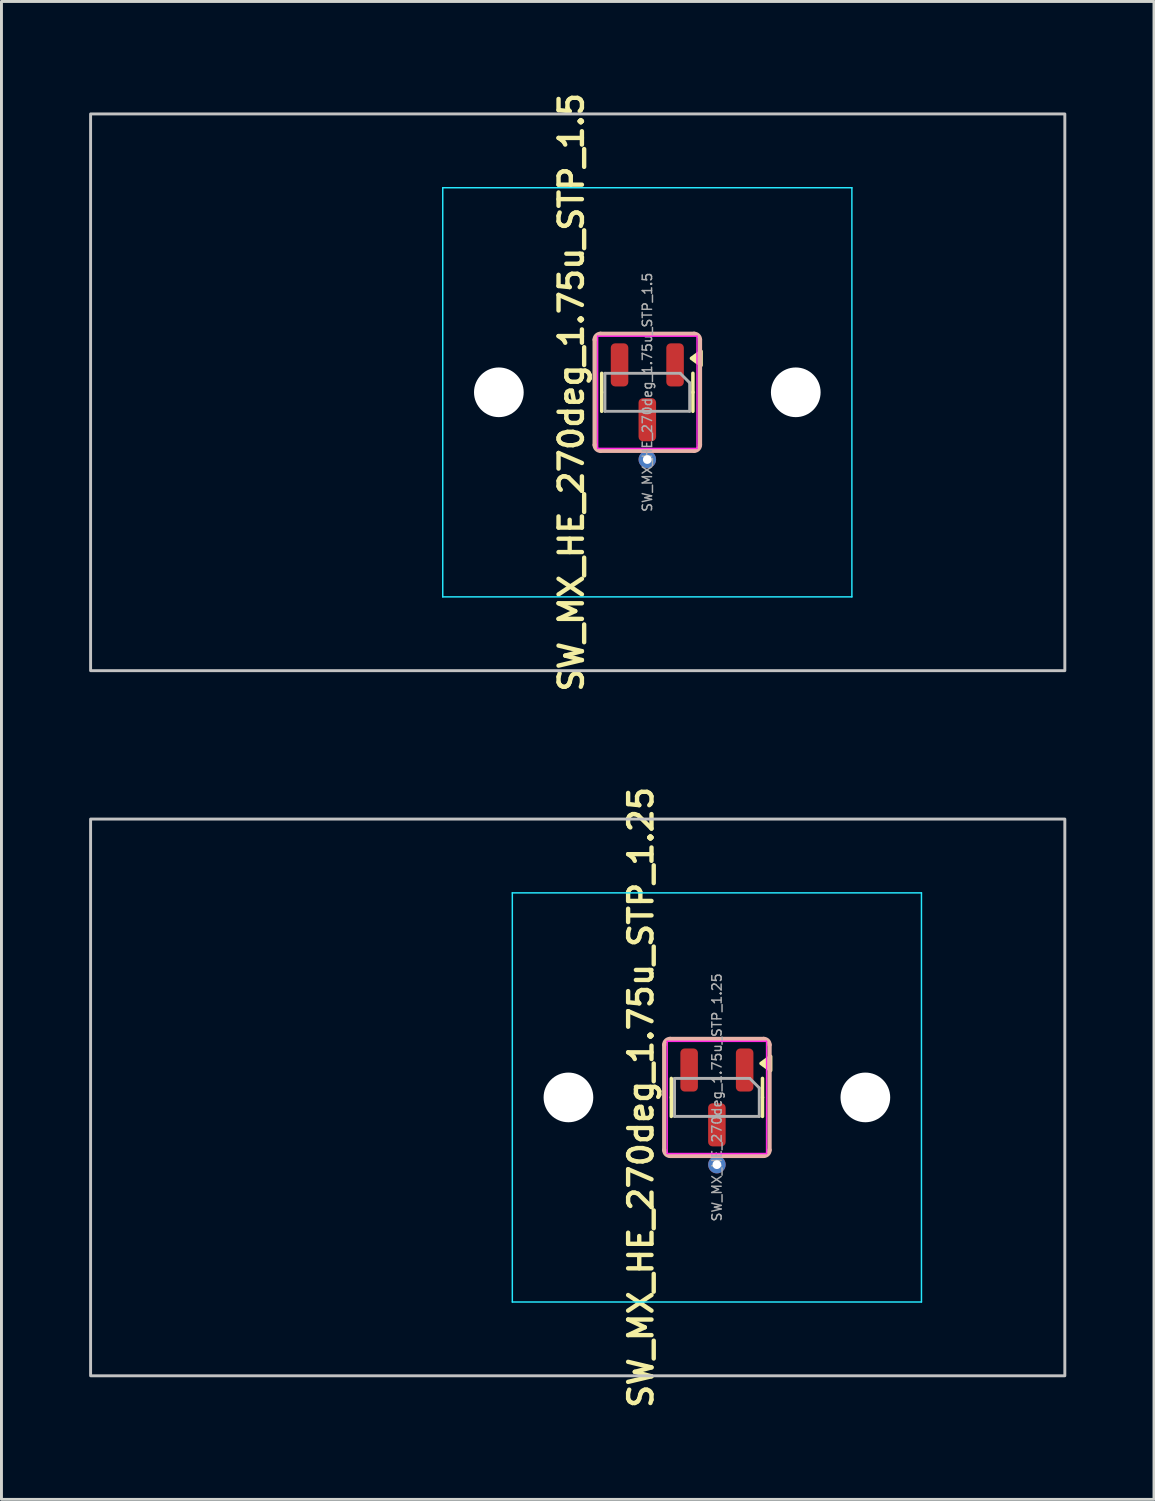
<source format=kicad_pcb>
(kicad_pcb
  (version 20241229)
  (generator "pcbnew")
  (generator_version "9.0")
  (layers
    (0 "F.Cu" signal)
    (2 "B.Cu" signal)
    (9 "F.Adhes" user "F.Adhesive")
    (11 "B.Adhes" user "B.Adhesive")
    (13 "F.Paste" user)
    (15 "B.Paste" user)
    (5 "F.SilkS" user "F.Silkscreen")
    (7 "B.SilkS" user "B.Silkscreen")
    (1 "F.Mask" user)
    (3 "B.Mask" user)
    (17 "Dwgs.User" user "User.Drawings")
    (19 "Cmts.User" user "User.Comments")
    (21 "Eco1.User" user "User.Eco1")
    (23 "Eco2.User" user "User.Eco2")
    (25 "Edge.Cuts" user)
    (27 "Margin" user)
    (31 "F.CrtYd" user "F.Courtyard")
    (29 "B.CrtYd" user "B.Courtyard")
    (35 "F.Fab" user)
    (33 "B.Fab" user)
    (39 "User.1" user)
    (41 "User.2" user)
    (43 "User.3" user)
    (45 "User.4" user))
  (footprint "SW_MX_HE_270deg_1.75u_STP_1.25"
    (layer "F.Cu")
    (at 21.481 34.502)
    (property "Reference" "SW_MX_HE_270deg_1.75u_STP_1.25" (at -2.6 0 90) (layer "F.SilkS") (effects (font (size 0.8 0.8) (thickness 0.15))))
    (attr smd)
    (fp_line (start -1.56 0) (end -1.56 -0.65) (stroke (width 0.12) (type solid)) (layer "F.SilkS"))
    (fp_line (start -1.56 0) (end -1.56 0.65) (stroke (width 0.12) (type solid)) (layer "F.SilkS"))
    (fp_line (start 1.56 0) (end 1.56 -0.65) (stroke (width 0.12) (type solid)) (layer "F.SilkS"))
    (fp_line (start 1.56 0) (end 1.56 0.65) (stroke (width 0.12) (type solid)) (layer "F.SilkS"))
    (fp_poly (pts (xy 1.51 -1.163) (xy 1.84 -1.403) (xy 1.84 -0.922) (xy 1.51 -1.163)) (stroke (width 0.12) (type solid)) (fill yes) (layer "F.SilkS"))
    (fp_line (start -1.8 -1.8) (end -1.8 1.8) (stroke (width 0.15) (type default)) (layer "B.SilkS"))
    (fp_line (start -1.6 2) (end 1.6 2) (stroke (width 0.15) (type default)) (layer "B.SilkS"))
    (fp_line (start 1.6 -2) (end -1.6 -2) (stroke (width 0.15) (type default)) (layer "B.SilkS"))
    (fp_line (start 1.8 1.8) (end 1.8 -1.8) (stroke (width 0.15) (type default)) (layer "B.SilkS"))
    (fp_arc (start -1.8 -1.8) (mid -1.741421 -1.941421) (end -1.6 -2) (stroke (width 0.15) (type default)) (layer "B.SilkS"))
    (fp_arc (start -1.6 2) (mid -1.741421 1.941421) (end -1.8 1.8) (stroke (width 0.15) (type default)) (layer "B.SilkS"))
    (fp_arc (start 1.6 -2) (mid 1.741421 -1.941421) (end 1.8 -1.8) (stroke (width 0.15) (type default)) (layer "B.SilkS"))
    (fp_arc (start 1.8 1.8) (mid 1.741421 1.941421) (end 1.6 2) (stroke (width 0.15) (type default)) (layer "B.SilkS"))
    (fp_rect (start -21.431 -9.525) (end 11.906 9.525) (stroke (width 0.1) (type default)) (fill no) (layer "Dwgs.User"))
    (fp_line (start -7 6.5) (end -7 -6.5) (stroke (width 0.05) (type solid)) (layer "Eco2.User"))
    (fp_line (start -6.5 -7) (end 6.5 -7) (stroke (width 0.05) (type solid)) (layer "Eco2.User"))
    (fp_line (start 6.5 7) (end -6.5 7) (stroke (width 0.05) (type solid)) (layer "Eco2.User"))
    (fp_line (start 7 -6.5) (end 7 6.5) (stroke (width 0.05) (type solid)) (layer "Eco2.User"))
    (fp_arc (start -7 -6.5) (mid -6.853553 -6.853553) (end -6.5 -7) (stroke (width 0.05) (type solid)) (layer "Eco2.User"))
    (fp_arc (start -6.5 7) (mid -6.853553 6.853553) (end -7 6.5) (stroke (width 0.05) (type solid)) (layer "Eco2.User"))
    (fp_arc (start 6.5 -7) (mid 6.853553 -6.853553) (end 7 -6.5) (stroke (width 0.05) (type solid)) (layer "Eco2.User"))
    (fp_arc (start 6.997236 6.498884) (mid 6.850789 6.852437) (end 6.497236 6.998884) (stroke (width 0.05) (type solid)) (layer "Eco2.User"))
    (fp_line (start -7 -7) (end -7 7) (stroke (width 0.05) (type solid)) (layer "B.CrtYd"))
    (fp_line (start -7 7) (end 7 7) (stroke (width 0.05) (type solid)) (layer "B.CrtYd"))
    (fp_line (start 7 -7) (end -7 -7) (stroke (width 0.05) (type solid)) (layer "B.CrtYd"))
    (fp_line (start 7 7) (end 7 -7) (stroke (width 0.05) (type solid)) (layer "B.CrtYd"))
    (fp_line (start -1.7 -1.92) (end -1.7 1.92) (stroke (width 0.05) (type solid)) (layer "F.CrtYd"))
    (fp_line (start -1.7 1.92) (end 1.7 1.92) (stroke (width 0.05) (type solid)) (layer "F.CrtYd"))
    (fp_line (start 1.7 -1.92) (end -1.7 -1.92) (stroke (width 0.05) (type solid)) (layer "F.CrtYd"))
    (fp_line (start 1.7 1.92) (end 1.7 -1.92) (stroke (width 0.05) (type solid)) (layer "F.CrtYd"))
    (fp_line (start -1.45 -0.65) (end 1.125 -0.65) (stroke (width 0.1) (type solid)) (layer "F.Fab"))
    (fp_line (start -1.45 0.65) (end -1.45 -0.65) (stroke (width 0.1) (type solid)) (layer "F.Fab"))
    (fp_line (start 1.125 -0.65) (end 1.45 -0.325) (stroke (width 0.1) (type solid)) (layer "F.Fab"))
    (fp_line (start 1.45 -0.325) (end 1.45 0.65) (stroke (width 0.1) (type solid)) (layer "F.Fab"))
    (fp_line (start 1.45 0.65) (end -1.45 0.65) (stroke (width 0.1) (type solid)) (layer "F.Fab"))
    (fp_text user "${REFERENCE}" (at 0 0 270) (layer "F.Fab") (effects (font (size 0.32 0.32) (thickness 0.05))))
    (pad "" np_thru_hole circle (at -5.08 0) (size 1.7 1.7) (drill 1.7) (layers "*.Cu" "*.Mask"))
    (pad "" np_thru_hole circle (at 5.08 0) (size 1.7 1.7) (drill 1.7) (layers "*.Cu" "*.Mask"))
    (pad "1" smd roundrect (at 0.95 -0.938 270) (size 1.475 0.6) (layers "F.Cu" "F.Mask" "F.Paste") (roundrect_rratio 0.25))
    (pad "2" smd roundrect (at -0.95 -0.938 270) (size 1.475 0.6) (layers "F.Cu" "F.Mask" "F.Paste") (roundrect_rratio 0.25))
    (pad "3" smd roundrect (at 0 0.938 270) (size 1.475 0.6) (layers "F.Cu" "F.Mask" "F.Paste") (roundrect_rratio 0.25))
    (pad "3" thru_hole circle (at 0 2.3 270) (size 0.6 0.6) (drill 0.3) (layers "*.Cu"))
    (zone (net_name "") (layer "F.Cu") (name "HE keepout_bot") (hatch edge 0.5) (connect_pads) (min_thickness 0.25) (filled_areas_thickness no) (keepout (tracks allowed) (vias allowed) (pads allowed) (copperpour not_allowed) (footprints allowed)) (placement (enabled no)) (fill) (polygon (pts (arc (start 23.08125 36.501675) (mid 23.222671 36.443096) (end 23.28125 36.301675)) (arc (start 23.28125 32.701675) (mid 23.222671 32.560254) (end 23.08125 32.501675)) (arc (start 19.88125 32.501675) (mid 19.739829 32.560254) (end 19.68125 32.701675)) (arc (start 19.68125 36.301675) (mid 19.739829 36.443096) (end 19.88125 36.501675)) (arc (start 20.98125 36.501675) (mid 21.122671 36.443096) (end 21.18125 36.301675)) (arc (start 21.18125 34.901675) (mid 21.239829 34.760254) (end 21.38125 34.701675)) (arc (start 21.58125 34.701675) (mid 21.722671 34.760254) (end 21.78125 34.901675)) (arc (start 21.78125 36.301675) (mid 21.839829 36.443096) (end 21.98125 36.501675)))))
    (zone (net_name "") (layer "In1.Cu") (name "HE keepout_top") (hatch edge 0.5) (connect_pads) (min_thickness 0.25) (filled_areas_thickness no) (keepout (tracks allowed) (vias allowed) (pads allowed) (copperpour not_allowed) (footprints allowed)) (placement (enabled no)) (fill) (polygon (pts (arc (start 23.08125 36.501675) (mid 23.222671 36.443096) (end 23.28125 36.301675)) (arc (start 23.28125 32.701675) (mid 23.222671 32.560254) (end 23.08125 32.501675)) (arc (start 19.88125 32.501675) (mid 19.739829 32.560254) (end 19.68125 32.701675)) (arc (start 19.68125 36.301675) (mid 19.739829 36.443096) (end 19.88125 36.501675))))))
  (footprint "SW_MX_HE_270deg_1.75u_STP_1.5"
    (layer "F.Cu")
    (at 19.1 10.374)
    (property "Reference" "SW_MX_HE_270deg_1.75u_STP_1.5" (at -2.6 0 90) (layer "F.SilkS") (effects (font (size 0.8 0.8) (thickness 0.15))))
    (attr smd)
    (fp_line (start -1.56 0) (end -1.56 -0.65) (stroke (width 0.12) (type solid)) (layer "F.SilkS"))
    (fp_line (start -1.56 0) (end -1.56 0.65) (stroke (width 0.12) (type solid)) (layer "F.SilkS"))
    (fp_line (start 1.56 0) (end 1.56 -0.65) (stroke (width 0.12) (type solid)) (layer "F.SilkS"))
    (fp_line (start 1.56 0) (end 1.56 0.65) (stroke (width 0.12) (type solid)) (layer "F.SilkS"))
    (fp_poly (pts (xy 1.51 -1.163) (xy 1.84 -1.403) (xy 1.84 -0.922) (xy 1.51 -1.163)) (stroke (width 0.12) (type solid)) (fill yes) (layer "F.SilkS"))
    (fp_line (start -1.8 -1.8) (end -1.8 1.8) (stroke (width 0.15) (type default)) (layer "B.SilkS"))
    (fp_line (start -1.6 2) (end 1.6 2) (stroke (width 0.15) (type default)) (layer "B.SilkS"))
    (fp_line (start 1.6 -2) (end -1.6 -2) (stroke (width 0.15) (type default)) (layer "B.SilkS"))
    (fp_line (start 1.8 1.8) (end 1.8 -1.8) (stroke (width 0.15) (type default)) (layer "B.SilkS"))
    (fp_arc (start -1.8 -1.8) (mid -1.741421 -1.941421) (end -1.6 -2) (stroke (width 0.15) (type default)) (layer "B.SilkS"))
    (fp_arc (start -1.6 2) (mid -1.741421 1.941421) (end -1.8 1.8) (stroke (width 0.15) (type default)) (layer "B.SilkS"))
    (fp_arc (start 1.6 -2) (mid 1.741421 -1.941421) (end 1.8 -1.8) (stroke (width 0.15) (type default)) (layer "B.SilkS"))
    (fp_arc (start 1.8 1.8) (mid 1.741421 1.941421) (end 1.6 2) (stroke (width 0.15) (type default)) (layer "B.SilkS"))
    (fp_rect (start -19.05 -9.525) (end 14.287 9.525) (stroke (width 0.1) (type default)) (fill no) (layer "Dwgs.User"))
    (fp_line (start -7 6.5) (end -7 -6.5) (stroke (width 0.05) (type solid)) (layer "Eco2.User"))
    (fp_line (start -6.5 -7) (end 6.5 -7) (stroke (width 0.05) (type solid)) (layer "Eco2.User"))
    (fp_line (start 6.5 7) (end -6.5 7) (stroke (width 0.05) (type solid)) (layer "Eco2.User"))
    (fp_line (start 7 -6.5) (end 7 6.5) (stroke (width 0.05) (type solid)) (layer "Eco2.User"))
    (fp_arc (start -7 -6.5) (mid -6.853553 -6.853553) (end -6.5 -7) (stroke (width 0.05) (type solid)) (layer "Eco2.User"))
    (fp_arc (start -6.5 7) (mid -6.853553 6.853553) (end -7 6.5) (stroke (width 0.05) (type solid)) (layer "Eco2.User"))
    (fp_arc (start 6.5 -7) (mid 6.853553 -6.853553) (end 7 -6.5) (stroke (width 0.05) (type solid)) (layer "Eco2.User"))
    (fp_arc (start 6.997236 6.498884) (mid 6.850789 6.852437) (end 6.497236 6.998884) (stroke (width 0.05) (type solid)) (layer "Eco2.User"))
    (fp_line (start -7 -7) (end -7 7) (stroke (width 0.05) (type solid)) (layer "B.CrtYd"))
    (fp_line (start -7 7) (end 7 7) (stroke (width 0.05) (type solid)) (layer "B.CrtYd"))
    (fp_line (start 7 -7) (end -7 -7) (stroke (width 0.05) (type solid)) (layer "B.CrtYd"))
    (fp_line (start 7 7) (end 7 -7) (stroke (width 0.05) (type solid)) (layer "B.CrtYd"))
    (fp_line (start -1.7 -1.92) (end -1.7 1.92) (stroke (width 0.05) (type solid)) (layer "F.CrtYd"))
    (fp_line (start -1.7 1.92) (end 1.7 1.92) (stroke (width 0.05) (type solid)) (layer "F.CrtYd"))
    (fp_line (start 1.7 -1.92) (end -1.7 -1.92) (stroke (width 0.05) (type solid)) (layer "F.CrtYd"))
    (fp_line (start 1.7 1.92) (end 1.7 -1.92) (stroke (width 0.05) (type solid)) (layer "F.CrtYd"))
    (fp_line (start -1.45 -0.65) (end 1.125 -0.65) (stroke (width 0.1) (type solid)) (layer "F.Fab"))
    (fp_line (start -1.45 0.65) (end -1.45 -0.65) (stroke (width 0.1) (type solid)) (layer "F.Fab"))
    (fp_line (start 1.125 -0.65) (end 1.45 -0.325) (stroke (width 0.1) (type solid)) (layer "F.Fab"))
    (fp_line (start 1.45 -0.325) (end 1.45 0.65) (stroke (width 0.1) (type solid)) (layer "F.Fab"))
    (fp_line (start 1.45 0.65) (end -1.45 0.65) (stroke (width 0.1) (type solid)) (layer "F.Fab"))
    (fp_text user "${REFERENCE}" (at 0 0 270) (layer "F.Fab") (effects (font (size 0.32 0.32) (thickness 0.05))))
    (pad "" np_thru_hole circle (at -5.08 0) (size 1.7 1.7) (drill 1.7) (layers "*.Cu" "*.Mask"))
    (pad "" np_thru_hole circle (at 5.08 0) (size 1.7 1.7) (drill 1.7) (layers "*.Cu" "*.Mask"))
    (pad "1" smd roundrect (at 0.95 -0.938 270) (size 1.475 0.6) (layers "F.Cu" "F.Mask" "F.Paste") (roundrect_rratio 0.25))
    (pad "2" smd roundrect (at -0.95 -0.938 270) (size 1.475 0.6) (layers "F.Cu" "F.Mask" "F.Paste") (roundrect_rratio 0.25))
    (pad "3" smd roundrect (at 0 0.938 270) (size 1.475 0.6) (layers "F.Cu" "F.Mask" "F.Paste") (roundrect_rratio 0.25))
    (pad "3" thru_hole circle (at 0 2.3 270) (size 0.6 0.6) (drill 0.3) (layers "*.Cu"))
    (zone (net_name "") (layer "F.Cu") (name "HE keepout_bot") (hatch edge 0.5) (connect_pads) (min_thickness 0.25) (filled_areas_thickness no) (keepout (tracks allowed) (vias allowed) (pads allowed) (copperpour not_allowed) (footprints allowed)) (placement (enabled no)) (fill) (polygon (pts (arc (start 20.7 12.373574) (mid 20.841421 12.314995) (end 20.9 12.173574)) (arc (start 20.9 8.573574) (mid 20.841421 8.432153) (end 20.7 8.373574)) (arc (start 17.5 8.373574) (mid 17.358579 8.432153) (end 17.3 8.573574)) (arc (start 17.3 12.173574) (mid 17.358579 12.314995) (end 17.5 12.373574)) (arc (start 18.6 12.373574) (mid 18.741421 12.314995) (end 18.8 12.173574)) (arc (start 18.8 10.773574) (mid 18.858579 10.632153) (end 19 10.573574)) (arc (start 19.2 10.573574) (mid 19.341421 10.632153) (end 19.4 10.773574)) (arc (start 19.4 12.173574) (mid 19.458579 12.314995) (end 19.6 12.373574)))))
    (zone (net_name "") (layer "In1.Cu") (name "HE keepout_top") (hatch edge 0.5) (connect_pads) (min_thickness 0.25) (filled_areas_thickness no) (keepout (tracks allowed) (vias allowed) (pads allowed) (copperpour not_allowed) (footprints allowed)) (placement (enabled no)) (fill) (polygon (pts (arc (start 20.7 12.373574) (mid 20.841421 12.314995) (end 20.9 12.173574)) (arc (start 20.9 8.573574) (mid 20.841421 8.432153) (end 20.7 8.373574)) (arc (start 17.5 8.373574) (mid 17.358579 8.432153) (end 17.3 8.573574)) (arc (start 17.3 12.173574) (mid 17.358579 12.314995) (end 17.5 12.373574))))))
  (gr_rect
    (start -3 -3)
    (end 36.438 48.256)
    (stroke (width 0.1) (type default))
    (fill no)
    (layer "Edge.Cuts")))
</source>
